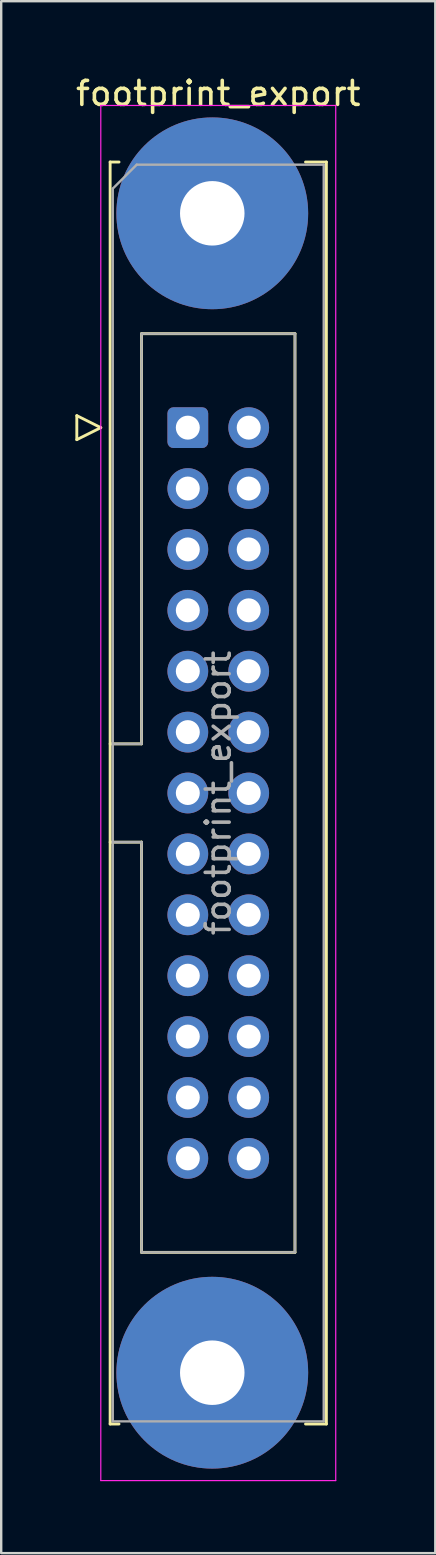
<source format=kicad_pcb>
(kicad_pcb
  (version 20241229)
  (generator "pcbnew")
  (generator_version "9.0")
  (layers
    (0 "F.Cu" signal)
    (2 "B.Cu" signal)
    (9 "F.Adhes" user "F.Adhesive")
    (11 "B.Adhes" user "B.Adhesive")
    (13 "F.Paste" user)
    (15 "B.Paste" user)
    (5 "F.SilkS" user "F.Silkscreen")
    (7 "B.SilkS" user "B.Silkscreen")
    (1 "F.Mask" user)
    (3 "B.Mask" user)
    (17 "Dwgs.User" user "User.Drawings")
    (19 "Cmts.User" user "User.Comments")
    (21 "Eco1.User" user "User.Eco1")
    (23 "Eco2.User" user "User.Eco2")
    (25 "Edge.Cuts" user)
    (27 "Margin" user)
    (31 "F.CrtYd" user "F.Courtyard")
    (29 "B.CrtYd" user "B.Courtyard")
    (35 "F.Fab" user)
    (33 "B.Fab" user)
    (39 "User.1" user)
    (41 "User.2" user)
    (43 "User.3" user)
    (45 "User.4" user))
  (footprint "footprint_export"
    (layer "F.Cu")
    (at 4.784 14.788)
    (property "Reference" "footprint_export" (at 1.27 -13.94 0) (layer "F.SilkS") (effects (font (size 1 1) (thickness 0.15))))
    (attr through_hole)
    (fp_line (start -4.63 -0.5) (end -4.63 0.5) (stroke (width 0.12) (type solid)) (layer "F.SilkS"))
    (fp_line (start -4.63 0.5) (end -3.63 0) (stroke (width 0.12) (type solid)) (layer "F.SilkS"))
    (fp_line (start -3.63 0) (end -4.63 -0.5) (stroke (width 0.12) (type solid)) (layer "F.SilkS"))
    (fp_line (start -3.24 -11.08) (end -3.24 41.56) (stroke (width 0.12) (type solid)) (layer "F.SilkS"))
    (fp_line (start -3.24 13.19) (end -1.93 13.19) (stroke (width 0.12) (type solid)) (layer "F.SilkS"))
    (fp_line (start -3.24 41.56) (end -2.87 41.56) (stroke (width 0.12) (type solid)) (layer "F.SilkS"))
    (fp_line (start -2.87 -11.08) (end -3.24 -11.08) (stroke (width 0.12) (type solid)) (layer "F.SilkS"))
    (fp_line (start -1.93 -3.92) (end 4.47 -3.92) (stroke (width 0.12) (type solid)) (layer "F.SilkS"))
    (fp_line (start -1.93 13.19) (end -1.93 -3.92) (stroke (width 0.12) (type solid)) (layer "F.SilkS"))
    (fp_line (start -1.93 17.29) (end -3.24 17.29) (stroke (width 0.12) (type solid)) (layer "F.SilkS"))
    (fp_line (start -1.93 17.29) (end -1.93 17.29) (stroke (width 0.12) (type solid)) (layer "F.SilkS"))
    (fp_line (start -1.93 34.4) (end -1.93 17.29) (stroke (width 0.12) (type solid)) (layer "F.SilkS"))
    (fp_line (start 4.47 -3.92) (end 4.47 34.4) (stroke (width 0.12) (type solid)) (layer "F.SilkS"))
    (fp_line (start 4.47 34.4) (end -1.93 34.4) (stroke (width 0.12) (type solid)) (layer "F.SilkS"))
    (fp_line (start 4.91 -11.08) (end 5.78 -11.08) (stroke (width 0.12) (type solid)) (layer "F.SilkS"))
    (fp_line (start 5.78 -11.08) (end 5.78 41.56) (stroke (width 0.12) (type solid)) (layer "F.SilkS"))
    (fp_line (start 5.78 41.56) (end 4.91 41.56) (stroke (width 0.12) (type solid)) (layer "F.SilkS"))
    (fp_line (start -3.63 -13.44) (end -3.63 43.92) (stroke (width 0.05) (type solid)) (layer "F.CrtYd"))
    (fp_line (start -3.63 43.92) (end 6.17 43.92) (stroke (width 0.05) (type solid)) (layer "F.CrtYd"))
    (fp_line (start 6.17 -13.44) (end -3.63 -13.44) (stroke (width 0.05) (type solid)) (layer "F.CrtYd"))
    (fp_line (start 6.17 43.92) (end 6.17 -13.44) (stroke (width 0.05) (type solid)) (layer "F.CrtYd"))
    (fp_line (start -3.13 -9.97) (end -2.13 -10.97) (stroke (width 0.1) (type solid)) (layer "F.Fab"))
    (fp_line (start -3.13 13.19) (end -1.93 13.19) (stroke (width 0.1) (type solid)) (layer "F.Fab"))
    (fp_line (start -3.13 41.45) (end -3.13 -9.97) (stroke (width 0.1) (type solid)) (layer "F.Fab"))
    (fp_line (start -2.13 -10.97) (end 5.67 -10.97) (stroke (width 0.1) (type solid)) (layer "F.Fab"))
    (fp_line (start -1.93 -3.92) (end 4.47 -3.92) (stroke (width 0.1) (type solid)) (layer "F.Fab"))
    (fp_line (start -1.93 13.19) (end -1.93 -3.92) (stroke (width 0.1) (type solid)) (layer "F.Fab"))
    (fp_line (start -1.93 17.29) (end -3.13 17.29) (stroke (width 0.1) (type solid)) (layer "F.Fab"))
    (fp_line (start -1.93 17.29) (end -1.93 17.29) (stroke (width 0.1) (type solid)) (layer "F.Fab"))
    (fp_line (start -1.93 34.4) (end -1.93 17.29) (stroke (width 0.1) (type solid)) (layer "F.Fab"))
    (fp_line (start 4.47 -3.92) (end 4.47 34.4) (stroke (width 0.1) (type solid)) (layer "F.Fab"))
    (fp_line (start 4.47 34.4) (end -1.93 34.4) (stroke (width 0.1) (type solid)) (layer "F.Fab"))
    (fp_line (start 5.67 -10.97) (end 5.67 41.45) (stroke (width 0.1) (type solid)) (layer "F.Fab"))
    (fp_line (start 5.67 41.45) (end -3.13 41.45) (stroke (width 0.1) (type solid)) (layer "F.Fab"))
    (fp_text user "${REFERENCE}" (at 1.27 15.24 90) (layer "F.Fab") (effects (font (size 1 1) (thickness 0.15))))
    (pad "1" thru_hole roundrect (at 0 0) (size 1.7 1.7) (drill 1) (layers "*.Cu" "*.Mask") (roundrect_rratio 0.147))
    (pad "2" thru_hole circle (at 2.54 0) (size 1.7 1.7) (drill 1) (layers "*.Cu" "*.Mask"))
    (pad "3" thru_hole circle (at 0 2.54) (size 1.7 1.7) (drill 1) (layers "*.Cu" "*.Mask"))
    (pad "4" thru_hole circle (at 2.54 2.54) (size 1.7 1.7) (drill 1) (layers "*.Cu" "*.Mask"))
    (pad "5" thru_hole circle (at 0 5.08) (size 1.7 1.7) (drill 1) (layers "*.Cu" "*.Mask"))
    (pad "6" thru_hole circle (at 2.54 5.08) (size 1.7 1.7) (drill 1) (layers "*.Cu" "*.Mask"))
    (pad "7" thru_hole circle (at 0 7.62) (size 1.7 1.7) (drill 1) (layers "*.Cu" "*.Mask"))
    (pad "8" thru_hole circle (at 2.54 7.62) (size 1.7 1.7) (drill 1) (layers "*.Cu" "*.Mask"))
    (pad "9" thru_hole circle (at 0 10.16) (size 1.7 1.7) (drill 1) (layers "*.Cu" "*.Mask"))
    (pad "10" thru_hole circle (at 2.54 10.16) (size 1.7 1.7) (drill 1) (layers "*.Cu" "*.Mask"))
    (pad "11" thru_hole circle (at 0 12.7) (size 1.7 1.7) (drill 1) (layers "*.Cu" "*.Mask"))
    (pad "12" thru_hole circle (at 2.54 12.7) (size 1.7 1.7) (drill 1) (layers "*.Cu" "*.Mask"))
    (pad "13" thru_hole circle (at 0 15.24) (size 1.7 1.7) (drill 1) (layers "*.Cu" "*.Mask"))
    (pad "14" thru_hole circle (at 2.54 15.24) (size 1.7 1.7) (drill 1) (layers "*.Cu" "*.Mask"))
    (pad "15" thru_hole circle (at 0 17.78) (size 1.7 1.7) (drill 1) (layers "*.Cu" "*.Mask"))
    (pad "16" thru_hole circle (at 2.54 17.78) (size 1.7 1.7) (drill 1) (layers "*.Cu" "*.Mask"))
    (pad "17" thru_hole circle (at 0 20.32) (size 1.7 1.7) (drill 1) (layers "*.Cu" "*.Mask"))
    (pad "18" thru_hole circle (at 2.54 20.32) (size 1.7 1.7) (drill 1) (layers "*.Cu" "*.Mask"))
    (pad "19" thru_hole circle (at 0 22.86) (size 1.7 1.7) (drill 1) (layers "*.Cu" "*.Mask"))
    (pad "20" thru_hole circle (at 2.54 22.86) (size 1.7 1.7) (drill 1) (layers "*.Cu" "*.Mask"))
    (pad "21" thru_hole circle (at 0 25.4) (size 1.7 1.7) (drill 1) (layers "*.Cu" "*.Mask"))
    (pad "22" thru_hole circle (at 2.54 25.4) (size 1.7 1.7) (drill 1) (layers "*.Cu" "*.Mask"))
    (pad "23" thru_hole circle (at 0 27.94) (size 1.7 1.7) (drill 1) (layers "*.Cu" "*.Mask"))
    (pad "24" thru_hole circle (at 2.54 27.94) (size 1.7 1.7) (drill 1) (layers "*.Cu" "*.Mask"))
    (pad "25" thru_hole circle (at 0 30.48) (size 1.7 1.7) (drill 1) (layers "*.Cu" "*.Mask"))
    (pad "26" thru_hole circle (at 2.54 30.48) (size 1.7 1.7) (drill 1) (layers "*.Cu" "*.Mask"))
    (pad "MP" thru_hole circle (at 1.02 -8.94) (size 8 8) (drill 2.69) (layers "*.Cu" "*.Mask"))
    (pad "MP" thru_hole circle (at 1.02 39.42) (size 8 8) (drill 2.69) (layers "*.Cu" "*.Mask")))
  (gr_rect
    (start -3 -3)
    (end 15.107 61.733)
    (stroke (width 0.1) (type default))
    (fill no)
    (layer "Edge.Cuts")))
</source>
